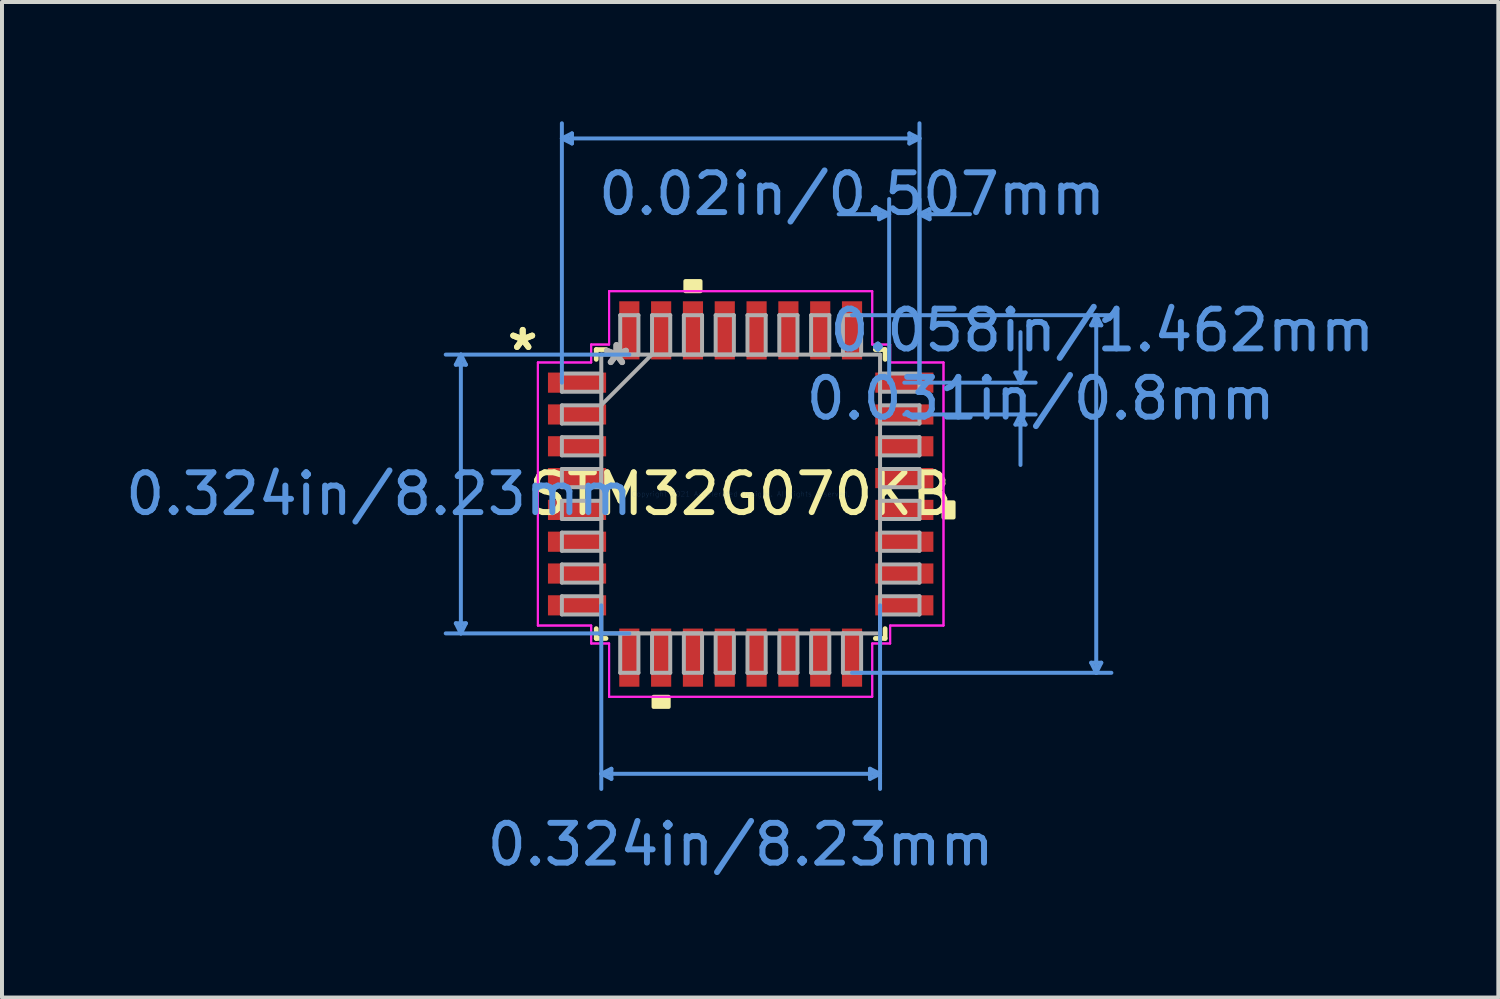
<source format=kicad_pcb>
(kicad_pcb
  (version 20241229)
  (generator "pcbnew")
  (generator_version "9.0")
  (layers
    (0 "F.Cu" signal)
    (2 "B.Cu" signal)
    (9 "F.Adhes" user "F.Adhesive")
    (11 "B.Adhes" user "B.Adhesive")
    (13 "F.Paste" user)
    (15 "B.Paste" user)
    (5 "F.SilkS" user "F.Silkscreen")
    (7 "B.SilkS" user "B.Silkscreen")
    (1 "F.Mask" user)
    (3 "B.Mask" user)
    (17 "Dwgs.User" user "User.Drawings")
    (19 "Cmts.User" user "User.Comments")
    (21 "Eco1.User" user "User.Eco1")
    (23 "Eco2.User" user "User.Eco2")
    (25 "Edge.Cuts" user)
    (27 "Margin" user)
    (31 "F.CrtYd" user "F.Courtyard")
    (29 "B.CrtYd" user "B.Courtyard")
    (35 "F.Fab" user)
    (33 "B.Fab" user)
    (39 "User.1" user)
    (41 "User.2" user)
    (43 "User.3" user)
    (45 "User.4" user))
  (footprint "STM32G070KB"
    (layer "F.Cu")
    (at 15.575 9.372)
    (property "Reference" "STM32G070KB" (at 0 0 0) (layer "F.SilkS") (effects (font (size 1 1) (thickness 0.15))))
    (attr through_hole)
    (fp_line (start -3.632 -3.632) (end -3.632 -3.386) (stroke (width 0.12) (type solid)) (layer "F.SilkS"))
    (fp_line (start -3.632 3.386) (end -3.632 3.632) (stroke (width 0.12) (type solid)) (layer "F.SilkS"))
    (fp_line (start -3.632 3.632) (end -3.386 3.632) (stroke (width 0.12) (type solid)) (layer "F.SilkS"))
    (fp_line (start -3.386 -3.632) (end -3.632 -3.632) (stroke (width 0.12) (type solid)) (layer "F.SilkS"))
    (fp_line (start 3.386 3.632) (end 3.632 3.632) (stroke (width 0.12) (type solid)) (layer "F.SilkS"))
    (fp_line (start 3.632 -3.632) (end 3.386 -3.632) (stroke (width 0.12) (type solid)) (layer "F.SilkS"))
    (fp_line (start 3.632 -3.386) (end 3.632 -3.632) (stroke (width 0.12) (type solid)) (layer "F.SilkS"))
    (fp_line (start 3.632 3.632) (end 3.632 3.386) (stroke (width 0.12) (type solid)) (layer "F.SilkS"))
    (fp_poly (pts (xy -2.191 5.1) (xy -2.191 5.354) (xy -1.81 5.354) (xy -1.81 5.1)) (stroke (width 0.1) (type solid)) (fill yes) (layer "F.SilkS"))
    (fp_poly (pts (xy -1.391 -5.1) (xy -1.391 -5.354) (xy -1.01 -5.354) (xy -1.01 -5.1)) (stroke (width 0.1) (type solid)) (fill yes) (layer "F.SilkS"))
    (fp_poly (pts (xy 5.354 0.209) (xy 5.354 0.59) (xy 5.1 0.59) (xy 5.1 0.209)) (stroke (width 0.1) (type solid)) (fill yes) (layer "F.SilkS"))
    (fp_line (start -7.163 -3.251) (end -6.909 -3.251) (stroke (width 0.1) (type solid)) (layer "Cmts.User"))
    (fp_line (start -7.163 3.251) (end -6.909 3.251) (stroke (width 0.1) (type solid)) (layer "Cmts.User"))
    (fp_line (start -7.036 -3.505) (end -7.163 -3.251) (stroke (width 0.1) (type solid)) (layer "Cmts.User"))
    (fp_line (start -7.036 -3.505) (end -7.036 3.505) (stroke (width 0.1) (type solid)) (layer "Cmts.User"))
    (fp_line (start -7.036 -3.505) (end -6.909 -3.251) (stroke (width 0.1) (type solid)) (layer "Cmts.User"))
    (fp_line (start -7.036 3.505) (end -7.163 3.251) (stroke (width 0.1) (type solid)) (layer "Cmts.User"))
    (fp_line (start -7.036 3.505) (end -6.909 3.251) (stroke (width 0.1) (type solid)) (layer "Cmts.User"))
    (fp_line (start -4.496 -8.941) (end -4.242 -9.068) (stroke (width 0.1) (type solid)) (layer "Cmts.User"))
    (fp_line (start -4.496 -8.941) (end -4.242 -8.814) (stroke (width 0.1) (type solid)) (layer "Cmts.User"))
    (fp_line (start -4.496 -8.941) (end 4.496 -8.941) (stroke (width 0.1) (type solid)) (layer "Cmts.User"))
    (fp_line (start -4.496 -2.8) (end -4.496 -9.322) (stroke (width 0.1) (type solid)) (layer "Cmts.User"))
    (fp_line (start -4.242 -9.068) (end -4.242 -8.814) (stroke (width 0.1) (type solid)) (layer "Cmts.User"))
    (fp_line (start -3.505 2.8) (end -3.505 7.417) (stroke (width 0.1) (type solid)) (layer "Cmts.User"))
    (fp_line (start -3.505 7.036) (end -3.251 6.909) (stroke (width 0.1) (type solid)) (layer "Cmts.User"))
    (fp_line (start -3.505 7.036) (end -3.251 7.163) (stroke (width 0.1) (type solid)) (layer "Cmts.User"))
    (fp_line (start -3.505 7.036) (end 3.505 7.036) (stroke (width 0.1) (type solid)) (layer "Cmts.User"))
    (fp_line (start -3.251 6.909) (end -3.251 7.163) (stroke (width 0.1) (type solid)) (layer "Cmts.User"))
    (fp_line (start -2.8 -3.505) (end -7.417 -3.505) (stroke (width 0.1) (type solid)) (layer "Cmts.User"))
    (fp_line (start -2.8 3.505) (end -7.417 3.505) (stroke (width 0.1) (type solid)) (layer "Cmts.User"))
    (fp_line (start 2.8 -4.496) (end 9.322 -4.496) (stroke (width 0.1) (type solid)) (layer "Cmts.User"))
    (fp_line (start 2.8 4.496) (end 9.322 4.496) (stroke (width 0.1) (type solid)) (layer "Cmts.User"))
    (fp_line (start 3.251 6.909) (end 3.251 7.163) (stroke (width 0.1) (type solid)) (layer "Cmts.User"))
    (fp_line (start 3.48 -7.163) (end 3.48 -6.909) (stroke (width 0.1) (type solid)) (layer "Cmts.User"))
    (fp_line (start 3.505 2.8) (end 3.505 7.417) (stroke (width 0.1) (type solid)) (layer "Cmts.User"))
    (fp_line (start 3.505 7.036) (end 3.251 6.909) (stroke (width 0.1) (type solid)) (layer "Cmts.User"))
    (fp_line (start 3.505 7.036) (end 3.251 7.163) (stroke (width 0.1) (type solid)) (layer "Cmts.User"))
    (fp_line (start 3.734 -7.036) (end 2.464 -7.036) (stroke (width 0.1) (type solid)) (layer "Cmts.User"))
    (fp_line (start 3.734 -7.036) (end 3.48 -7.163) (stroke (width 0.1) (type solid)) (layer "Cmts.User"))
    (fp_line (start 3.734 -7.036) (end 3.48 -6.909) (stroke (width 0.1) (type solid)) (layer "Cmts.User"))
    (fp_line (start 3.734 -2.8) (end 3.734 -7.417) (stroke (width 0.1) (type solid)) (layer "Cmts.User"))
    (fp_line (start 4.115 -2.8) (end 7.417 -2.8) (stroke (width 0.1) (type solid)) (layer "Cmts.User"))
    (fp_line (start 4.115 -2) (end 7.417 -2) (stroke (width 0.1) (type solid)) (layer "Cmts.User"))
    (fp_line (start 4.242 -9.068) (end 4.242 -8.814) (stroke (width 0.1) (type solid)) (layer "Cmts.User"))
    (fp_line (start 4.496 -8.941) (end 4.242 -9.068) (stroke (width 0.1) (type solid)) (layer "Cmts.User"))
    (fp_line (start 4.496 -8.941) (end 4.242 -8.814) (stroke (width 0.1) (type solid)) (layer "Cmts.User"))
    (fp_line (start 4.496 -7.036) (end 4.75 -7.163) (stroke (width 0.1) (type solid)) (layer "Cmts.User"))
    (fp_line (start 4.496 -7.036) (end 4.75 -6.909) (stroke (width 0.1) (type solid)) (layer "Cmts.User"))
    (fp_line (start 4.496 -7.036) (end 5.766 -7.036) (stroke (width 0.1) (type solid)) (layer "Cmts.User"))
    (fp_line (start 4.496 -2.8) (end 4.496 -9.322) (stroke (width 0.1) (type solid)) (layer "Cmts.User"))
    (fp_line (start 4.496 -2.8) (end 4.496 -7.417) (stroke (width 0.1) (type solid)) (layer "Cmts.User"))
    (fp_line (start 4.75 -7.163) (end 4.75 -6.909) (stroke (width 0.1) (type solid)) (layer "Cmts.User"))
    (fp_line (start 6.909 -3.054) (end 7.163 -3.054) (stroke (width 0.1) (type solid)) (layer "Cmts.User"))
    (fp_line (start 6.909 -1.746) (end 7.163 -1.746) (stroke (width 0.1) (type solid)) (layer "Cmts.User"))
    (fp_line (start 7.036 -2.8) (end 6.909 -3.054) (stroke (width 0.1) (type solid)) (layer "Cmts.User"))
    (fp_line (start 7.036 -2.8) (end 7.036 -4.07) (stroke (width 0.1) (type solid)) (layer "Cmts.User"))
    (fp_line (start 7.036 -2.8) (end 7.163 -3.054) (stroke (width 0.1) (type solid)) (layer "Cmts.User"))
    (fp_line (start 7.036 -2) (end 6.909 -1.746) (stroke (width 0.1) (type solid)) (layer "Cmts.User"))
    (fp_line (start 7.036 -2) (end 7.036 -0.73) (stroke (width 0.1) (type solid)) (layer "Cmts.User"))
    (fp_line (start 7.036 -2) (end 7.163 -1.746) (stroke (width 0.1) (type solid)) (layer "Cmts.User"))
    (fp_line (start 8.814 -4.242) (end 9.068 -4.242) (stroke (width 0.1) (type solid)) (layer "Cmts.User"))
    (fp_line (start 8.814 4.242) (end 9.068 4.242) (stroke (width 0.1) (type solid)) (layer "Cmts.User"))
    (fp_line (start 8.941 -4.496) (end 8.814 -4.242) (stroke (width 0.1) (type solid)) (layer "Cmts.User"))
    (fp_line (start 8.941 -4.496) (end 8.941 4.496) (stroke (width 0.1) (type solid)) (layer "Cmts.User"))
    (fp_line (start 8.941 -4.496) (end 9.068 -4.242) (stroke (width 0.1) (type solid)) (layer "Cmts.User"))
    (fp_line (start 8.941 4.496) (end 8.814 4.242) (stroke (width 0.1) (type solid)) (layer "Cmts.User"))
    (fp_line (start 8.941 4.496) (end 9.068 4.242) (stroke (width 0.1) (type solid)) (layer "Cmts.User"))
    (fp_line (start -5.1 -3.308) (end -3.759 -3.308) (stroke (width 0.05) (type solid)) (layer "F.CrtYd"))
    (fp_line (start -5.1 -3.308) (end -3.759 -3.308) (stroke (width 0.05) (type solid)) (layer "F.CrtYd"))
    (fp_line (start -5.1 3.308) (end -5.1 -3.308) (stroke (width 0.05) (type solid)) (layer "F.CrtYd"))
    (fp_line (start -5.1 3.308) (end -5.1 -3.308) (stroke (width 0.05) (type solid)) (layer "F.CrtYd"))
    (fp_line (start -3.759 -3.759) (end -3.308 -3.759) (stroke (width 0.05) (type solid)) (layer "F.CrtYd"))
    (fp_line (start -3.759 -3.759) (end -3.308 -3.759) (stroke (width 0.05) (type solid)) (layer "F.CrtYd"))
    (fp_line (start -3.759 -3.308) (end -3.759 -3.759) (stroke (width 0.05) (type solid)) (layer "F.CrtYd"))
    (fp_line (start -3.759 -3.308) (end -3.759 -3.759) (stroke (width 0.05) (type solid)) (layer "F.CrtYd"))
    (fp_line (start -3.759 3.308) (end -5.1 3.308) (stroke (width 0.05) (type solid)) (layer "F.CrtYd"))
    (fp_line (start -3.759 3.308) (end -5.1 3.308) (stroke (width 0.05) (type solid)) (layer "F.CrtYd"))
    (fp_line (start -3.759 3.759) (end -3.759 3.308) (stroke (width 0.05) (type solid)) (layer "F.CrtYd"))
    (fp_line (start -3.759 3.759) (end -3.759 3.308) (stroke (width 0.05) (type solid)) (layer "F.CrtYd"))
    (fp_line (start -3.759 3.759) (end -3.308 3.759) (stroke (width 0.05) (type solid)) (layer "F.CrtYd"))
    (fp_line (start -3.308 -5.1) (end 3.308 -5.1) (stroke (width 0.05) (type solid)) (layer "F.CrtYd"))
    (fp_line (start -3.308 -5.1) (end 3.308 -5.1) (stroke (width 0.05) (type solid)) (layer "F.CrtYd"))
    (fp_line (start -3.308 -3.759) (end -3.308 -5.1) (stroke (width 0.05) (type solid)) (layer "F.CrtYd"))
    (fp_line (start -3.308 -3.759) (end -3.308 -5.1) (stroke (width 0.05) (type solid)) (layer "F.CrtYd"))
    (fp_line (start -3.308 3.759) (end -3.759 3.759) (stroke (width 0.05) (type solid)) (layer "F.CrtYd"))
    (fp_line (start -3.308 3.759) (end -3.308 5.1) (stroke (width 0.05) (type solid)) (layer "F.CrtYd"))
    (fp_line (start -3.308 5.1) (end -3.308 3.759) (stroke (width 0.05) (type solid)) (layer "F.CrtYd"))
    (fp_line (start -3.308 5.1) (end 3.308 5.1) (stroke (width 0.05) (type solid)) (layer "F.CrtYd"))
    (fp_line (start 3.308 -5.1) (end 3.308 -3.759) (stroke (width 0.05) (type solid)) (layer "F.CrtYd"))
    (fp_line (start 3.308 -5.1) (end 3.308 -3.759) (stroke (width 0.05) (type solid)) (layer "F.CrtYd"))
    (fp_line (start 3.308 -3.759) (end 3.759 -3.759) (stroke (width 0.05) (type solid)) (layer "F.CrtYd"))
    (fp_line (start 3.308 -3.759) (end 3.759 -3.759) (stroke (width 0.05) (type solid)) (layer "F.CrtYd"))
    (fp_line (start 3.308 3.759) (end 3.308 5.1) (stroke (width 0.05) (type solid)) (layer "F.CrtYd"))
    (fp_line (start 3.308 3.759) (end 3.759 3.759) (stroke (width 0.05) (type solid)) (layer "F.CrtYd"))
    (fp_line (start 3.308 5.1) (end -3.308 5.1) (stroke (width 0.05) (type solid)) (layer "F.CrtYd"))
    (fp_line (start 3.308 5.1) (end 3.308 3.759) (stroke (width 0.05) (type solid)) (layer "F.CrtYd"))
    (fp_line (start 3.759 -3.759) (end 3.759 -3.308) (stroke (width 0.05) (type solid)) (layer "F.CrtYd"))
    (fp_line (start 3.759 -3.308) (end 3.759 -3.759) (stroke (width 0.05) (type solid)) (layer "F.CrtYd"))
    (fp_line (start 3.759 -3.308) (end 5.1 -3.308) (stroke (width 0.05) (type solid)) (layer "F.CrtYd"))
    (fp_line (start 3.759 3.308) (end 3.759 3.759) (stroke (width 0.05) (type solid)) (layer "F.CrtYd"))
    (fp_line (start 3.759 3.308) (end 5.1 3.308) (stroke (width 0.05) (type solid)) (layer "F.CrtYd"))
    (fp_line (start 3.759 3.759) (end 3.308 3.759) (stroke (width 0.05) (type solid)) (layer "F.CrtYd"))
    (fp_line (start 3.759 3.759) (end 3.759 3.308) (stroke (width 0.05) (type solid)) (layer "F.CrtYd"))
    (fp_line (start 5.1 -3.308) (end 3.759 -3.308) (stroke (width 0.05) (type solid)) (layer "F.CrtYd"))
    (fp_line (start 5.1 -3.308) (end 5.1 3.308) (stroke (width 0.05) (type solid)) (layer "F.CrtYd"))
    (fp_line (start 5.1 3.308) (end 3.759 3.308) (stroke (width 0.05) (type solid)) (layer "F.CrtYd"))
    (fp_line (start 5.1 3.308) (end 5.1 -3.308) (stroke (width 0.05) (type solid)) (layer "F.CrtYd"))
    (fp_line (start -4.496 -3.029) (end -4.496 -2.571) (stroke (width 0.1) (type solid)) (layer "F.Fab"))
    (fp_line (start -4.496 -2.571) (end -3.505 -2.571) (stroke (width 0.1) (type solid)) (layer "F.Fab"))
    (fp_line (start -4.496 -2.229) (end -4.496 -1.771) (stroke (width 0.1) (type solid)) (layer "F.Fab"))
    (fp_line (start -4.496 -1.771) (end -3.505 -1.771) (stroke (width 0.1) (type solid)) (layer "F.Fab"))
    (fp_line (start -4.496 -1.429) (end -4.496 -0.971) (stroke (width 0.1) (type solid)) (layer "F.Fab"))
    (fp_line (start -4.496 -0.971) (end -3.505 -0.971) (stroke (width 0.1) (type solid)) (layer "F.Fab"))
    (fp_line (start -4.496 -0.629) (end -4.496 -0.171) (stroke (width 0.1) (type solid)) (layer "F.Fab"))
    (fp_line (start -4.496 -0.171) (end -3.505 -0.171) (stroke (width 0.1) (type solid)) (layer "F.Fab"))
    (fp_line (start -4.496 0.171) (end -4.496 0.629) (stroke (width 0.1) (type solid)) (layer "F.Fab"))
    (fp_line (start -4.496 0.629) (end -3.505 0.629) (stroke (width 0.1) (type solid)) (layer "F.Fab"))
    (fp_line (start -4.496 0.971) (end -4.496 1.429) (stroke (width 0.1) (type solid)) (layer "F.Fab"))
    (fp_line (start -4.496 1.429) (end -3.505 1.429) (stroke (width 0.1) (type solid)) (layer "F.Fab"))
    (fp_line (start -4.496 1.771) (end -4.496 2.229) (stroke (width 0.1) (type solid)) (layer "F.Fab"))
    (fp_line (start -4.496 2.229) (end -3.505 2.229) (stroke (width 0.1) (type solid)) (layer "F.Fab"))
    (fp_line (start -4.496 2.571) (end -4.496 3.029) (stroke (width 0.1) (type solid)) (layer "F.Fab"))
    (fp_line (start -4.496 3.029) (end -3.505 3.029) (stroke (width 0.1) (type solid)) (layer "F.Fab"))
    (fp_line (start -3.505 -3.505) (end -3.505 3.505) (stroke (width 0.1) (type solid)) (layer "F.Fab"))
    (fp_line (start -3.505 -3.029) (end -4.496 -3.029) (stroke (width 0.1) (type solid)) (layer "F.Fab"))
    (fp_line (start -3.505 -2.571) (end -3.505 -3.029) (stroke (width 0.1) (type solid)) (layer "F.Fab"))
    (fp_line (start -3.505 -2.235) (end -2.235 -3.505) (stroke (width 0.1) (type solid)) (layer "F.Fab"))
    (fp_line (start -3.505 -2.229) (end -4.496 -2.229) (stroke (width 0.1) (type solid)) (layer "F.Fab"))
    (fp_line (start -3.505 -1.771) (end -3.505 -2.229) (stroke (width 0.1) (type solid)) (layer "F.Fab"))
    (fp_line (start -3.505 -1.429) (end -4.496 -1.429) (stroke (width 0.1) (type solid)) (layer "F.Fab"))
    (fp_line (start -3.505 -0.971) (end -3.505 -1.429) (stroke (width 0.1) (type solid)) (layer "F.Fab"))
    (fp_line (start -3.505 -0.629) (end -4.496 -0.629) (stroke (width 0.1) (type solid)) (layer "F.Fab"))
    (fp_line (start -3.505 -0.171) (end -3.505 -0.629) (stroke (width 0.1) (type solid)) (layer "F.Fab"))
    (fp_line (start -3.505 0.171) (end -4.496 0.171) (stroke (width 0.1) (type solid)) (layer "F.Fab"))
    (fp_line (start -3.505 0.629) (end -3.505 0.171) (stroke (width 0.1) (type solid)) (layer "F.Fab"))
    (fp_line (start -3.505 0.971) (end -4.496 0.971) (stroke (width 0.1) (type solid)) (layer "F.Fab"))
    (fp_line (start -3.505 1.429) (end -3.505 0.971) (stroke (width 0.1) (type solid)) (layer "F.Fab"))
    (fp_line (start -3.505 1.771) (end -4.496 1.771) (stroke (width 0.1) (type solid)) (layer "F.Fab"))
    (fp_line (start -3.505 2.229) (end -3.505 1.771) (stroke (width 0.1) (type solid)) (layer "F.Fab"))
    (fp_line (start -3.505 2.571) (end -4.496 2.571) (stroke (width 0.1) (type solid)) (layer "F.Fab"))
    (fp_line (start -3.505 3.029) (end -3.505 2.571) (stroke (width 0.1) (type solid)) (layer "F.Fab"))
    (fp_line (start -3.505 3.505) (end 3.505 3.505) (stroke (width 0.1) (type solid)) (layer "F.Fab"))
    (fp_line (start -3.029 -4.496) (end -3.029 -3.505) (stroke (width 0.1) (type solid)) (layer "F.Fab"))
    (fp_line (start -3.029 -3.505) (end -2.571 -3.505) (stroke (width 0.1) (type solid)) (layer "F.Fab"))
    (fp_line (start -3.029 3.505) (end -3.029 4.496) (stroke (width 0.1) (type solid)) (layer "F.Fab"))
    (fp_line (start -3.029 4.496) (end -2.571 4.496) (stroke (width 0.1) (type solid)) (layer "F.Fab"))
    (fp_line (start -2.571 -4.496) (end -3.029 -4.496) (stroke (width 0.1) (type solid)) (layer "F.Fab"))
    (fp_line (start -2.571 -3.505) (end -2.571 -4.496) (stroke (width 0.1) (type solid)) (layer "F.Fab"))
    (fp_line (start -2.571 3.505) (end -3.029 3.505) (stroke (width 0.1) (type solid)) (layer "F.Fab"))
    (fp_line (start -2.571 4.496) (end -2.571 3.505) (stroke (width 0.1) (type solid)) (layer "F.Fab"))
    (fp_line (start -2.229 -4.496) (end -2.229 -3.505) (stroke (width 0.1) (type solid)) (layer "F.Fab"))
    (fp_line (start -2.229 -3.505) (end -1.771 -3.505) (stroke (width 0.1) (type solid)) (layer "F.Fab"))
    (fp_line (start -2.229 3.505) (end -2.229 4.496) (stroke (width 0.1) (type solid)) (layer "F.Fab"))
    (fp_line (start -2.229 4.496) (end -1.771 4.496) (stroke (width 0.1) (type solid)) (layer "F.Fab"))
    (fp_line (start -1.771 -4.496) (end -2.229 -4.496) (stroke (width 0.1) (type solid)) (layer "F.Fab"))
    (fp_line (start -1.771 -3.505) (end -1.771 -4.496) (stroke (width 0.1) (type solid)) (layer "F.Fab"))
    (fp_line (start -1.771 3.505) (end -2.229 3.505) (stroke (width 0.1) (type solid)) (layer "F.Fab"))
    (fp_line (start -1.771 4.496) (end -1.771 3.505) (stroke (width 0.1) (type solid)) (layer "F.Fab"))
    (fp_line (start -1.429 -4.496) (end -1.429 -3.505) (stroke (width 0.1) (type solid)) (layer "F.Fab"))
    (fp_line (start -1.429 -3.505) (end -0.971 -3.505) (stroke (width 0.1) (type solid)) (layer "F.Fab"))
    (fp_line (start -1.429 3.505) (end -1.429 4.496) (stroke (width 0.1) (type solid)) (layer "F.Fab"))
    (fp_line (start -1.429 4.496) (end -0.971 4.496) (stroke (width 0.1) (type solid)) (layer "F.Fab"))
    (fp_line (start -0.971 -4.496) (end -1.429 -4.496) (stroke (width 0.1) (type solid)) (layer "F.Fab"))
    (fp_line (start -0.971 -3.505) (end -0.971 -4.496) (stroke (width 0.1) (type solid)) (layer "F.Fab"))
    (fp_line (start -0.971 3.505) (end -1.429 3.505) (stroke (width 0.1) (type solid)) (layer "F.Fab"))
    (fp_line (start -0.971 4.496) (end -0.971 3.505) (stroke (width 0.1) (type solid)) (layer "F.Fab"))
    (fp_line (start -0.629 -4.496) (end -0.629 -3.505) (stroke (width 0.1) (type solid)) (layer "F.Fab"))
    (fp_line (start -0.629 -3.505) (end -0.171 -3.505) (stroke (width 0.1) (type solid)) (layer "F.Fab"))
    (fp_line (start -0.629 3.505) (end -0.629 4.496) (stroke (width 0.1) (type solid)) (layer "F.Fab"))
    (fp_line (start -0.629 4.496) (end -0.171 4.496) (stroke (width 0.1) (type solid)) (layer "F.Fab"))
    (fp_line (start -0.171 -4.496) (end -0.629 -4.496) (stroke (width 0.1) (type solid)) (layer "F.Fab"))
    (fp_line (start -0.171 -3.505) (end -0.171 -4.496) (stroke (width 0.1) (type solid)) (layer "F.Fab"))
    (fp_line (start -0.171 3.505) (end -0.629 3.505) (stroke (width 0.1) (type solid)) (layer "F.Fab"))
    (fp_line (start -0.171 4.496) (end -0.171 3.505) (stroke (width 0.1) (type solid)) (layer "F.Fab"))
    (fp_line (start 0.171 -4.496) (end 0.171 -3.505) (stroke (width 0.1) (type solid)) (layer "F.Fab"))
    (fp_line (start 0.171 -3.505) (end 0.629 -3.505) (stroke (width 0.1) (type solid)) (layer "F.Fab"))
    (fp_line (start 0.171 3.505) (end 0.171 4.496) (stroke (width 0.1) (type solid)) (layer "F.Fab"))
    (fp_line (start 0.171 4.496) (end 0.629 4.496) (stroke (width 0.1) (type solid)) (layer "F.Fab"))
    (fp_line (start 0.629 -4.496) (end 0.171 -4.496) (stroke (width 0.1) (type solid)) (layer "F.Fab"))
    (fp_line (start 0.629 -3.505) (end 0.629 -4.496) (stroke (width 0.1) (type solid)) (layer "F.Fab"))
    (fp_line (start 0.629 3.505) (end 0.171 3.505) (stroke (width 0.1) (type solid)) (layer "F.Fab"))
    (fp_line (start 0.629 4.496) (end 0.629 3.505) (stroke (width 0.1) (type solid)) (layer "F.Fab"))
    (fp_line (start 0.971 -4.496) (end 0.971 -3.505) (stroke (width 0.1) (type solid)) (layer "F.Fab"))
    (fp_line (start 0.971 -3.505) (end 1.429 -3.505) (stroke (width 0.1) (type solid)) (layer "F.Fab"))
    (fp_line (start 0.971 3.505) (end 0.971 4.496) (stroke (width 0.1) (type solid)) (layer "F.Fab"))
    (fp_line (start 0.971 4.496) (end 1.429 4.496) (stroke (width 0.1) (type solid)) (layer "F.Fab"))
    (fp_line (start 1.429 -4.496) (end 0.971 -4.496) (stroke (width 0.1) (type solid)) (layer "F.Fab"))
    (fp_line (start 1.429 -3.505) (end 1.429 -4.496) (stroke (width 0.1) (type solid)) (layer "F.Fab"))
    (fp_line (start 1.429 3.505) (end 0.971 3.505) (stroke (width 0.1) (type solid)) (layer "F.Fab"))
    (fp_line (start 1.429 4.496) (end 1.429 3.505) (stroke (width 0.1) (type solid)) (layer "F.Fab"))
    (fp_line (start 1.771 -4.496) (end 1.771 -3.505) (stroke (width 0.1) (type solid)) (layer "F.Fab"))
    (fp_line (start 1.771 -3.505) (end 2.229 -3.505) (stroke (width 0.1) (type solid)) (layer "F.Fab"))
    (fp_line (start 1.771 3.505) (end 1.771 4.496) (stroke (width 0.1) (type solid)) (layer "F.Fab"))
    (fp_line (start 1.771 4.496) (end 2.229 4.496) (stroke (width 0.1) (type solid)) (layer "F.Fab"))
    (fp_line (start 2.229 -4.496) (end 1.771 -4.496) (stroke (width 0.1) (type solid)) (layer "F.Fab"))
    (fp_line (start 2.229 -3.505) (end 2.229 -4.496) (stroke (width 0.1) (type solid)) (layer "F.Fab"))
    (fp_line (start 2.229 3.505) (end 1.771 3.505) (stroke (width 0.1) (type solid)) (layer "F.Fab"))
    (fp_line (start 2.229 4.496) (end 2.229 3.505) (stroke (width 0.1) (type solid)) (layer "F.Fab"))
    (fp_line (start 2.571 -4.496) (end 2.571 -3.505) (stroke (width 0.1) (type solid)) (layer "F.Fab"))
    (fp_line (start 2.571 -3.505) (end 3.029 -3.505) (stroke (width 0.1) (type solid)) (layer "F.Fab"))
    (fp_line (start 2.571 3.505) (end 2.571 4.496) (stroke (width 0.1) (type solid)) (layer "F.Fab"))
    (fp_line (start 2.571 4.496) (end 3.029 4.496) (stroke (width 0.1) (type solid)) (layer "F.Fab"))
    (fp_line (start 3.029 -4.496) (end 2.571 -4.496) (stroke (width 0.1) (type solid)) (layer "F.Fab"))
    (fp_line (start 3.029 -3.505) (end 3.029 -4.496) (stroke (width 0.1) (type solid)) (layer "F.Fab"))
    (fp_line (start 3.029 3.505) (end 2.571 3.505) (stroke (width 0.1) (type solid)) (layer "F.Fab"))
    (fp_line (start 3.029 4.496) (end 3.029 3.505) (stroke (width 0.1) (type solid)) (layer "F.Fab"))
    (fp_line (start 3.505 -3.505) (end -3.505 -3.505) (stroke (width 0.1) (type solid)) (layer "F.Fab"))
    (fp_line (start 3.505 -3.029) (end 3.505 -2.571) (stroke (width 0.1) (type solid)) (layer "F.Fab"))
    (fp_line (start 3.505 -2.571) (end 4.496 -2.571) (stroke (width 0.1) (type solid)) (layer "F.Fab"))
    (fp_line (start 3.505 -2.229) (end 3.505 -1.771) (stroke (width 0.1) (type solid)) (layer "F.Fab"))
    (fp_line (start 3.505 -1.771) (end 4.496 -1.771) (stroke (width 0.1) (type solid)) (layer "F.Fab"))
    (fp_line (start 3.505 -1.429) (end 3.505 -0.971) (stroke (width 0.1) (type solid)) (layer "F.Fab"))
    (fp_line (start 3.505 -0.971) (end 4.496 -0.971) (stroke (width 0.1) (type solid)) (layer "F.Fab"))
    (fp_line (start 3.505 -0.629) (end 3.505 -0.171) (stroke (width 0.1) (type solid)) (layer "F.Fab"))
    (fp_line (start 3.505 -0.171) (end 4.496 -0.171) (stroke (width 0.1) (type solid)) (layer "F.Fab"))
    (fp_line (start 3.505 0.171) (end 3.505 0.629) (stroke (width 0.1) (type solid)) (layer "F.Fab"))
    (fp_line (start 3.505 0.629) (end 4.496 0.629) (stroke (width 0.1) (type solid)) (layer "F.Fab"))
    (fp_line (start 3.505 0.971) (end 3.505 1.429) (stroke (width 0.1) (type solid)) (layer "F.Fab"))
    (fp_line (start 3.505 1.429) (end 4.496 1.429) (stroke (width 0.1) (type solid)) (layer "F.Fab"))
    (fp_line (start 3.505 1.771) (end 3.505 2.229) (stroke (width 0.1) (type solid)) (layer "F.Fab"))
    (fp_line (start 3.505 2.229) (end 4.496 2.229) (stroke (width 0.1) (type solid)) (layer "F.Fab"))
    (fp_line (start 3.505 2.571) (end 3.505 3.029) (stroke (width 0.1) (type solid)) (layer "F.Fab"))
    (fp_line (start 3.505 3.029) (end 4.496 3.029) (stroke (width 0.1) (type solid)) (layer "F.Fab"))
    (fp_line (start 3.505 3.505) (end 3.505 -3.505) (stroke (width 0.1) (type solid)) (layer "F.Fab"))
    (fp_line (start 4.496 -3.029) (end 3.505 -3.029) (stroke (width 0.1) (type solid)) (layer "F.Fab"))
    (fp_line (start 4.496 -2.571) (end 4.496 -3.029) (stroke (width 0.1) (type solid)) (layer "F.Fab"))
    (fp_line (start 4.496 -2.229) (end 3.505 -2.229) (stroke (width 0.1) (type solid)) (layer "F.Fab"))
    (fp_line (start 4.496 -1.771) (end 4.496 -2.229) (stroke (width 0.1) (type solid)) (layer "F.Fab"))
    (fp_line (start 4.496 -1.429) (end 3.505 -1.429) (stroke (width 0.1) (type solid)) (layer "F.Fab"))
    (fp_line (start 4.496 -0.971) (end 4.496 -1.429) (stroke (width 0.1) (type solid)) (layer "F.Fab"))
    (fp_line (start 4.496 -0.629) (end 3.505 -0.629) (stroke (width 0.1) (type solid)) (layer "F.Fab"))
    (fp_line (start 4.496 -0.171) (end 4.496 -0.629) (stroke (width 0.1) (type solid)) (layer "F.Fab"))
    (fp_line (start 4.496 0.171) (end 3.505 0.171) (stroke (width 0.1) (type solid)) (layer "F.Fab"))
    (fp_line (start 4.496 0.629) (end 4.496 0.171) (stroke (width 0.1) (type solid)) (layer "F.Fab"))
    (fp_line (start 4.496 0.971) (end 3.505 0.971) (stroke (width 0.1) (type solid)) (layer "F.Fab"))
    (fp_line (start 4.496 1.429) (end 4.496 0.971) (stroke (width 0.1) (type solid)) (layer "F.Fab"))
    (fp_line (start 4.496 1.771) (end 3.505 1.771) (stroke (width 0.1) (type solid)) (layer "F.Fab"))
    (fp_line (start 4.496 2.229) (end 4.496 1.771) (stroke (width 0.1) (type solid)) (layer "F.Fab"))
    (fp_line (start 4.496 2.571) (end 3.505 2.571) (stroke (width 0.1) (type solid)) (layer "F.Fab"))
    (fp_line (start 4.496 3.029) (end 4.496 2.571) (stroke (width 0.1) (type solid)) (layer "F.Fab"))
    (fp_text user "*" (at -5.481 -3.581 0) (layer "F.SilkS") (effects (font (size 1 1) (thickness 0.15))))
    (fp_text user "*" (at -5.481 -3.581 0) (layer "F.SilkS") (effects (font (size 1 1) (thickness 0.15))))
    (fp_text user "0.324in/8.23mm" (at 0 8.814 0) (layer "Cmts.User") (effects (font (size 1 1) (thickness 0.15))))
    (fp_text user "0.058in/1.462mm" (at 9.093 -4.115 0) (layer "Cmts.User") (effects (font (size 1 1) (thickness 0.15))))
    (fp_text user "0.031in/0.8mm" (at 7.544 -2.4 0) (layer "Cmts.User") (effects (font (size 1 1) (thickness 0.15))))
    (fp_text user "0.324in/8.23mm" (at -9.093 0 0) (layer "Cmts.User") (effects (font (size 1 1) (thickness 0.15))))
    (fp_text user "0.02in/0.507mm" (at 2.8 -7.544 0) (layer "Cmts.User") (effects (font (size 1 1) (thickness 0.15))))
    (fp_text user "Copyright 2021 Accelerated Designs. All rights reserved." (at 0 0 0) (layer "Cmts.User") (effects (font (size 0.127 0.127) (thickness 0.002))))
    (fp_text user "*" (at -3.124 -3.2 0) (layer "F.Fab") (effects (font (size 1 1) (thickness 0.15))))
    (fp_text user "*" (at -3.124 -3.2 0) (layer "F.Fab") (effects (font (size 1 1) (thickness 0.15))))
    (pad "1" smd rect (at -4.115 -2.8 90) (size 0.507 1.462) (layers "F.Cu" "F.Mask" "F.Paste"))
    (pad "2" smd rect (at -4.115 -2 90) (size 0.507 1.462) (layers "F.Cu" "F.Mask" "F.Paste"))
    (pad "3" smd rect (at -4.115 -1.2 90) (size 0.507 1.462) (layers "F.Cu" "F.Mask" "F.Paste"))
    (pad "4" smd rect (at -4.115 -0.4 90) (size 0.507 1.462) (layers "F.Cu" "F.Mask" "F.Paste"))
    (pad "5" smd rect (at -4.115 0.4 90) (size 0.507 1.462) (layers "F.Cu" "F.Mask" "F.Paste"))
    (pad "6" smd rect (at -4.115 1.2 90) (size 0.507 1.462) (layers "F.Cu" "F.Mask" "F.Paste"))
    (pad "7" smd rect (at -4.115 2 90) (size 0.507 1.462) (layers "F.Cu" "F.Mask" "F.Paste"))
    (pad "8" smd rect (at -4.115 2.8 90) (size 0.507 1.462) (layers "F.Cu" "F.Mask" "F.Paste"))
    (pad "9" smd rect (at -2.8 4.115) (size 0.507 1.462) (layers "F.Cu" "F.Mask" "F.Paste"))
    (pad "10" smd rect (at -2 4.115) (size 0.507 1.462) (layers "F.Cu" "F.Mask" "F.Paste"))
    (pad "11" smd rect (at -1.2 4.115) (size 0.507 1.462) (layers "F.Cu" "F.Mask" "F.Paste"))
    (pad "12" smd rect (at -0.4 4.115) (size 0.507 1.462) (layers "F.Cu" "F.Mask" "F.Paste"))
    (pad "13" smd rect (at 0.4 4.115) (size 0.507 1.462) (layers "F.Cu" "F.Mask" "F.Paste"))
    (pad "14" smd rect (at 1.2 4.115) (size 0.507 1.462) (layers "F.Cu" "F.Mask" "F.Paste"))
    (pad "15" smd rect (at 2 4.115) (size 0.507 1.462) (layers "F.Cu" "F.Mask" "F.Paste"))
    (pad "16" smd rect (at 2.8 4.115) (size 0.507 1.462) (layers "F.Cu" "F.Mask" "F.Paste"))
    (pad "17" smd rect (at 4.115 2.8 90) (size 0.507 1.462) (layers "F.Cu" "F.Mask" "F.Paste"))
    (pad "18" smd rect (at 4.115 2 90) (size 0.507 1.462) (layers "F.Cu" "F.Mask" "F.Paste"))
    (pad "19" smd rect (at 4.115 1.2 90) (size 0.507 1.462) (layers "F.Cu" "F.Mask" "F.Paste"))
    (pad "20" smd rect (at 4.115 0.4 90) (size 0.507 1.462) (layers "F.Cu" "F.Mask" "F.Paste"))
    (pad "21" smd rect (at 4.115 -0.4 90) (size 0.507 1.462) (layers "F.Cu" "F.Mask" "F.Paste"))
    (pad "22" smd rect (at 4.115 -1.2 90) (size 0.507 1.462) (layers "F.Cu" "F.Mask" "F.Paste"))
    (pad "23" smd rect (at 4.115 -2 90) (size 0.507 1.462) (layers "F.Cu" "F.Mask" "F.Paste"))
    (pad "24" smd rect (at 4.115 -2.8 90) (size 0.507 1.462) (layers "F.Cu" "F.Mask" "F.Paste"))
    (pad "25" smd rect (at 2.8 -4.115) (size 0.507 1.462) (layers "F.Cu" "F.Mask" "F.Paste"))
    (pad "26" smd rect (at 2 -4.115) (size 0.507 1.462) (layers "F.Cu" "F.Mask" "F.Paste"))
    (pad "27" smd rect (at 1.2 -4.115) (size 0.507 1.462) (layers "F.Cu" "F.Mask" "F.Paste"))
    (pad "28" smd rect (at 0.4 -4.115) (size 0.507 1.462) (layers "F.Cu" "F.Mask" "F.Paste"))
    (pad "29" smd rect (at -0.4 -4.115) (size 0.507 1.462) (layers "F.Cu" "F.Mask" "F.Paste"))
    (pad "30" smd rect (at -1.2 -4.115) (size 0.507 1.462) (layers "F.Cu" "F.Mask" "F.Paste"))
    (pad "31" smd rect (at -2 -4.115) (size 0.507 1.462) (layers "F.Cu" "F.Mask" "F.Paste"))
    (pad "32" smd rect (at -2.8 -4.115) (size 0.507 1.462) (layers "F.Cu" "F.Mask" "F.Paste")))
  (gr_rect
    (start -3 -3)
    (end 34.627 22.034)
    (stroke (width 0.1) (type default))
    (fill no)
    (layer "Edge.Cuts")))
</source>
